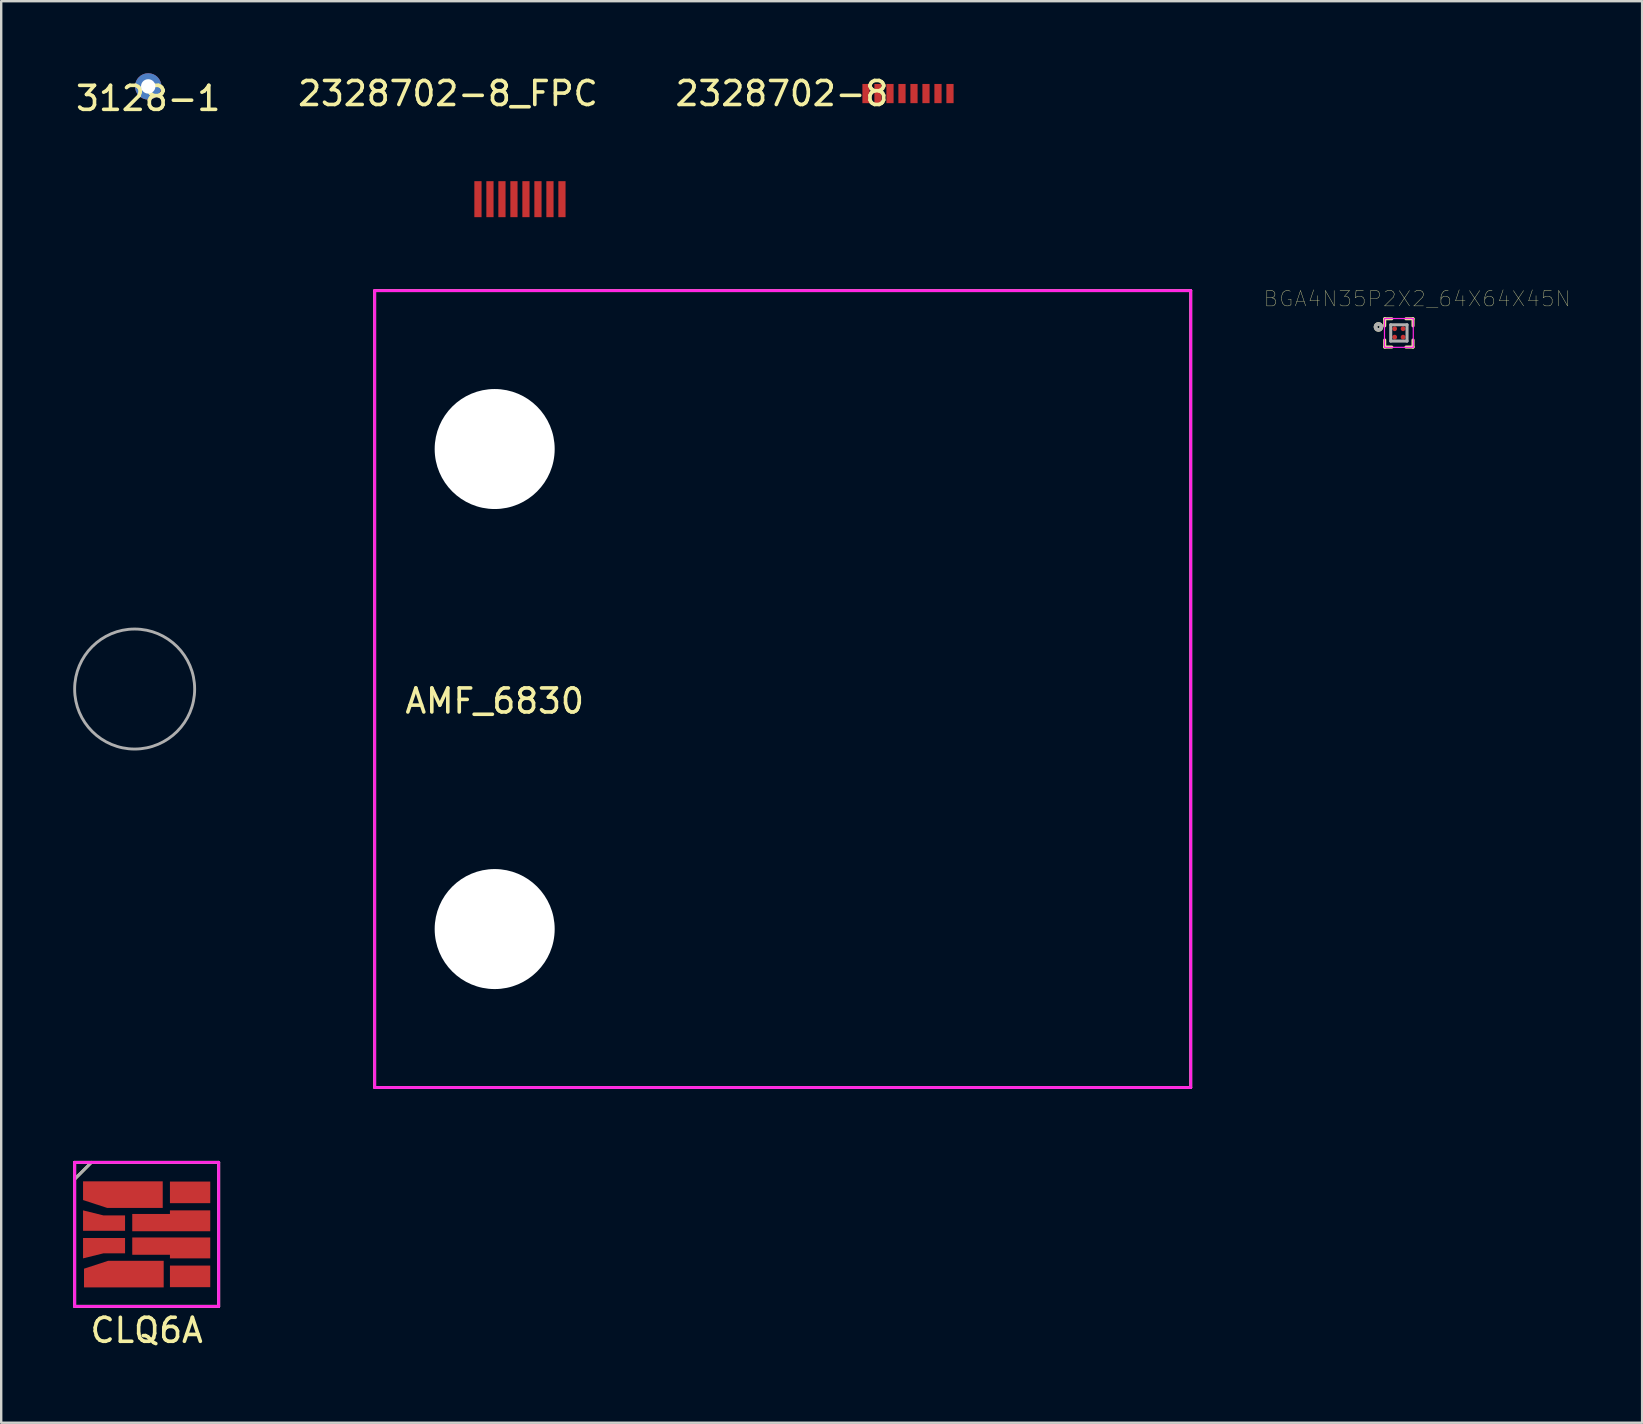
<source format=kicad_pcb>
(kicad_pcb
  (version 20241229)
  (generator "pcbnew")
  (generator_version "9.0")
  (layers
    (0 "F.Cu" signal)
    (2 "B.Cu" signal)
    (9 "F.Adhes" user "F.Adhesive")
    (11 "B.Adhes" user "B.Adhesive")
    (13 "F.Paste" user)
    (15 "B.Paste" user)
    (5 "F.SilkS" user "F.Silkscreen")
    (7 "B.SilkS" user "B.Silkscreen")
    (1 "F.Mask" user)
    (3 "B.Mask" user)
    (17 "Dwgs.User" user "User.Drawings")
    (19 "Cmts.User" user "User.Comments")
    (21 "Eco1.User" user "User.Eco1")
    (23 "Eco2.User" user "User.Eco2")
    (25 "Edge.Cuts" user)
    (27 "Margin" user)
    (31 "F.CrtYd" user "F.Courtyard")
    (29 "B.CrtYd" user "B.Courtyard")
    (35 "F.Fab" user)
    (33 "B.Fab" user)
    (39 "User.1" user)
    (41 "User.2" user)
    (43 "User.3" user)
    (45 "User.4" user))
  (footprint "CLQ6A"
    (layer "F.Cu")
    (at 3.06 48.378)
    (property "Reference" "CLQ6A" (at 0 4 0) (layer "F.SilkS") (effects (font (size 1 1) (thickness 0.15))))
    (attr through_hole)
    (fp_line (start -3 -3) (end -3 3) (stroke (width 0.12) (type solid)) (layer "F.SilkS"))
    (fp_line (start -3 -2.3) (end -3 -2.5) (stroke (width 0.12) (type solid)) (layer "F.SilkS"))
    (fp_line (start -3 3) (end 3 3) (stroke (width 0.12) (type solid)) (layer "F.SilkS"))
    (fp_line (start -2.3 -3) (end -3 -2.3) (stroke (width 0.12) (type solid)) (layer "F.SilkS"))
    (fp_line (start 3 -3) (end -3 -3) (stroke (width 0.12) (type solid)) (layer "F.SilkS"))
    (fp_line (start 3 3) (end 3 -3) (stroke (width 0.12) (type solid)) (layer "F.SilkS"))
    (fp_line (start -3 -3) (end -3 3) (stroke (width 0.12) (type solid)) (layer "F.CrtYd"))
    (fp_line (start -3 3) (end 3 3) (stroke (width 0.12) (type solid)) (layer "F.CrtYd"))
    (fp_line (start 3 -3) (end -3 -3) (stroke (width 0.12) (type solid)) (layer "F.CrtYd"))
    (fp_line (start 3 3) (end 3 -3) (stroke (width 0.12) (type solid)) (layer "F.CrtYd"))
    (fp_line (start -3 -3) (end -3 3) (stroke (width 0.12) (type solid)) (layer "F.Fab"))
    (fp_line (start -3 3) (end 3 3) (stroke (width 0.12) (type solid)) (layer "F.Fab"))
    (fp_line (start -2.3 -3) (end -3 -2.3) (stroke (width 0.12) (type solid)) (layer "F.Fab"))
    (fp_line (start 3 -3) (end -3 -3) (stroke (width 0.12) (type solid)) (layer "F.Fab"))
    (fp_line (start 3 3) (end 3 -3) (stroke (width 0.12) (type solid)) (layer "F.Fab"))
    (pad "1" smd custom (at -0.99 -1.65 180) (size 1 1) (layers "F.Cu" "F.Mask" "F.Paste") (options (anchor rect)) (primitives (gr_poly (pts (xy 1.66 -0.22) (xy 1.66 0.56) (xy -1.66 0.56) (xy -1.66 -0.55) (xy 0.65 -0.55)) (width 0) (fill yes))))
    (pad "2" smd custom (at -1.77 -0.57 180) (size 0.3 0.3) (layers "F.Cu" "F.Mask" "F.Paste") (options (anchor rect)) (primitives (gr_poly (pts (xy 0.88 -0.42) (xy 0.88 0.43) (xy 0.03 0.22) (xy -0.87 0.22) (xy -0.87 -0.42)) (width 0) (fill yes))))
    (pad "3" smd custom (at -1.77 0.57) (size 0.3 0.3) (layers "F.Cu" "F.Mask" "F.Paste") (options (anchor rect)) (primitives (gr_poly (pts (xy -0.88 -0.42) (xy -0.88 0.43) (xy -0.03 0.22) (xy 0.87 0.22) (xy 0.87 -0.42)) (width 0) (fill yes))))
    (pad "4" smd custom (at -0.99 1.65) (size 1 1) (layers "F.Cu" "F.Mask" "F.Paste") (options (anchor rect)) (primitives (gr_poly (pts (xy -1.62 -0.22) (xy -1.62 0.56) (xy 1.7 0.56) (xy 1.7 -0.55) (xy -0.61 -0.55)) (width 0) (fill yes))))
    (pad "5" smd rect (at 1.81 1.75) (size 1.68 0.9) (layers "F.Cu" "F.Mask" "F.Paste"))
    (pad "6" smd custom (at 1.02 0.56) (size 0.3 0.3) (layers "F.Cu" "F.Mask" "F.Paste") (options (anchor rect)) (primitives (gr_poly (pts (xy -1.62 -0.43) (xy -1.62 0.29) (xy -0.05 0.29) (xy -0.05 0.44) (xy 1.63 0.44) (xy 1.63 -0.43)) (width 0) (fill yes))))
    (pad "7" smd custom (at 1.02 -0.56 180) (size 0.3 0.3) (layers "F.Cu" "F.Mask" "F.Paste") (options (anchor rect)) (primitives (gr_poly (pts (xy 1.62 -0.43) (xy 1.62 0.29) (xy 0.05 0.29) (xy 0.05 0.44) (xy -1.63 0.44) (xy -1.63 -0.43)) (width 0) (fill yes))))
    (pad "8" smd rect (at 1.81 -1.75) (size 1.68 0.9) (layers "F.Cu" "F.Mask" "F.Paste")))
  (footprint "BGA4N35P2X2_64X64X45N"
    (layer "F.Cu")
    (at 55.232 10.821)
    (property "Reference" "BGA4N35P2X2_64X64X45N" (at 0.762 -1.422 0) (layer "F.SilkS") (effects (font (size 0.64 0.64) (thickness 0.015))))
    (attr through_hole)
    (fp_line (start -0.59 -0.59) (end -0.59 -0.295) (stroke (width 0.127) (type solid)) (layer "F.SilkS"))
    (fp_line (start -0.59 0.59) (end -0.59 0.295) (stroke (width 0.127) (type solid)) (layer "F.SilkS"))
    (fp_line (start -0.295 -0.59) (end -0.59 -0.59) (stroke (width 0.127) (type solid)) (layer "F.SilkS"))
    (fp_line (start -0.295 0.59) (end -0.59 0.59) (stroke (width 0.127) (type solid)) (layer "F.SilkS"))
    (fp_line (start 0.295 -0.59) (end 0.59 -0.59) (stroke (width 0.127) (type solid)) (layer "F.SilkS"))
    (fp_line (start 0.295 0.59) (end 0.59 0.59) (stroke (width 0.127) (type solid)) (layer "F.SilkS"))
    (fp_line (start 0.59 -0.59) (end 0.59 -0.295) (stroke (width 0.127) (type solid)) (layer "F.SilkS"))
    (fp_line (start 0.59 0.59) (end 0.59 0.295) (stroke (width 0.127) (type solid)) (layer "F.SilkS"))
    (fp_circle (center -0.85 -0.25) (end -0.8 -0.25) (stroke (width 0.15) (type solid)) (fill no) (layer "F.SilkS"))
    (fp_line (start -0.6 -0.6) (end 0.6 -0.6) (stroke (width 0.05) (type solid)) (layer "F.CrtYd"))
    (fp_line (start -0.6 0.6) (end -0.6 -0.6) (stroke (width 0.05) (type solid)) (layer "F.CrtYd"))
    (fp_line (start 0.6 -0.6) (end 0.6 0.6) (stroke (width 0.05) (type solid)) (layer "F.CrtYd"))
    (fp_line (start 0.6 0.6) (end -0.6 0.6) (stroke (width 0.05) (type solid)) (layer "F.CrtYd"))
    (fp_line (start -0.34 -0.34) (end 0.34 -0.34) (stroke (width 0.127) (type solid)) (layer "F.Fab"))
    (fp_line (start -0.34 0.34) (end -0.34 -0.34) (stroke (width 0.127) (type solid)) (layer "F.Fab"))
    (fp_line (start 0.34 -0.34) (end 0.34 0.34) (stroke (width 0.127) (type solid)) (layer "F.Fab"))
    (fp_line (start 0.34 0.34) (end -0.34 0.34) (stroke (width 0.127) (type solid)) (layer "F.Fab"))
    (fp_circle (center -0.85 -0.25) (end -0.8 -0.25) (stroke (width 0.15) (type solid)) (fill no) (layer "F.Fab"))
    (pad "A1" smd circle (at -0.175 -0.175) (size 0.2 0.2) (layers "F.Cu" "F.Mask" "F.Paste"))
    (pad "A2" smd circle (at 0.175 -0.175) (size 0.2 0.2) (layers "F.Cu" "F.Mask" "F.Paste"))
    (pad "B1" smd circle (at -0.175 0.175) (size 0.2 0.2) (layers "F.Cu" "F.Mask" "F.Paste"))
    (pad "B2" smd circle (at 0.175 0.175) (size 0.2 0.2) (layers "F.Cu" "F.Mask" "F.Paste")))
  (footprint "AMF_6830"
    (layer "F.Cu")
    (at 12.56 25.658)
    (property "Reference" "AMF_6830" (at 5 0.5 0) (layer "F.SilkS") (effects (font (size 1 1) (thickness 0.15))))
    (attr through_hole)
    (fp_line (start 0 -16.6) (end 34 -16.6) (stroke (width 0.12) (type solid)) (layer "F.SilkS"))
    (fp_line (start 0 16.6) (end 0 -16.6) (stroke (width 0.12) (type solid)) (layer "F.SilkS"))
    (fp_line (start 34 -16.6) (end 34 16.6) (stroke (width 0.12) (type solid)) (layer "F.SilkS"))
    (fp_line (start 34 16.6) (end 0 16.6) (stroke (width 0.12) (type solid)) (layer "F.SilkS"))
    (fp_line (start 0 -16.6) (end 34 -16.6) (stroke (width 0.12) (type solid)) (layer "F.CrtYd"))
    (fp_line (start 0 16.6) (end 0 -16.6) (stroke (width 0.12) (type solid)) (layer "F.CrtYd"))
    (fp_line (start 34 -16.6) (end 34 16.6) (stroke (width 0.12) (type solid)) (layer "F.CrtYd"))
    (fp_line (start 34 16.6) (end 0 16.6) (stroke (width 0.12) (type solid)) (layer "F.CrtYd"))
    (fp_circle (center -10 0) (end -7.5 0) (stroke (width 0.12) (type solid)) (fill no) (layer "F.Fab"))
    (pad "" np_thru_hole circle (at 5 -10 180) (size 5 5) (drill 5) (layers "*.Cu" "*.Mask"))
    (pad "" np_thru_hole circle (at 5 10) (size 5 5) (drill 5) (layers "*.Cu" "*.Mask")))
  (footprint "2328702-8_FPC"
    (layer "F.Cu")
    (at 18.613 5.248)
    (property "Reference" "2328702-8_FPC" (at -3 -4.4 0) (layer "F.SilkS") (effects (font (size 1 1) (thickness 0.15))))
    (attr through_hole)
    (pad "1" smd rect (at -1.75 0) (size 0.3 1.5) (layers "F.Cu" "F.Mask" "F.Paste"))
    (pad "2" smd rect (at -1.25 0) (size 0.3 1.5) (layers "F.Cu" "F.Mask" "F.Paste"))
    (pad "3" smd rect (at -0.75 0) (size 0.3 1.5) (layers "F.Cu" "F.Mask" "F.Paste"))
    (pad "4" smd rect (at -0.25 0) (size 0.3 1.5) (layers "F.Cu" "F.Mask" "F.Paste"))
    (pad "5" smd rect (at 0.25 0) (size 0.3 1.5) (layers "F.Cu" "F.Mask" "F.Paste"))
    (pad "6" smd rect (at 0.75 0) (size 0.3 1.5) (layers "F.Cu" "F.Mask" "F.Paste"))
    (pad "7" smd rect (at 1.25 0) (size 0.3 1.5) (layers "F.Cu" "F.Mask" "F.Paste"))
    (pad "8" smd rect (at 1.75 0) (size 0.3 1.5) (layers "F.Cu" "F.Mask" "F.Paste")))
  (footprint "3128-1"
    (layer "F.Cu")
    (at 3.125 0.55)
    (property "Reference" "3128-1" (at 0 0.5 0) (layer "F.SilkS") (effects (font (size 1 1) (thickness 0.15))))
    (attr through_hole)
    (pad "1" thru_hole circle (at 0 0) (size 1.1 1.1) (drill 0.6) (layers "*.Cu" "*.Mask")))
  (footprint "2328702-8"
    (layer "F.Cu")
    (at 33.03 0.848)
    (property "Reference" "2328702-8" (at -3.5 0 0) (layer "F.SilkS") (effects (font (size 1 1) (thickness 0.15))))
    (attr through_hole)
    (pad "1" smd rect (at 0 0) (size 0.3 0.8) (layers "F.Cu" "F.Mask" "F.Paste"))
    (pad "2" smd rect (at 0.5 0) (size 0.3 0.8) (layers "F.Cu" "F.Mask" "F.Paste"))
    (pad "3" smd rect (at 1 0) (size 0.3 0.8) (layers "F.Cu" "F.Mask" "F.Paste"))
    (pad "4" smd rect (at 1.5 0) (size 0.3 0.8) (layers "F.Cu" "F.Mask" "F.Paste"))
    (pad "5" smd rect (at 2 0) (size 0.3 0.8) (layers "F.Cu" "F.Mask" "F.Paste"))
    (pad "6" smd rect (at 2.5 0) (size 0.3 0.8) (layers "F.Cu" "F.Mask" "F.Paste"))
    (pad "7" smd rect (at 3 0) (size 0.3 0.8) (layers "F.Cu" "F.Mask" "F.Paste"))
    (pad "8" smd rect (at 3.5 0) (size 0.3 0.8) (layers "F.Cu" "F.Mask" "F.Paste")))
  (gr_rect
    (start -3 -3)
    (end 65.367 56.227)
    (stroke (width 0.1) (type default))
    (fill no)
    (layer "Edge.Cuts")))
</source>
